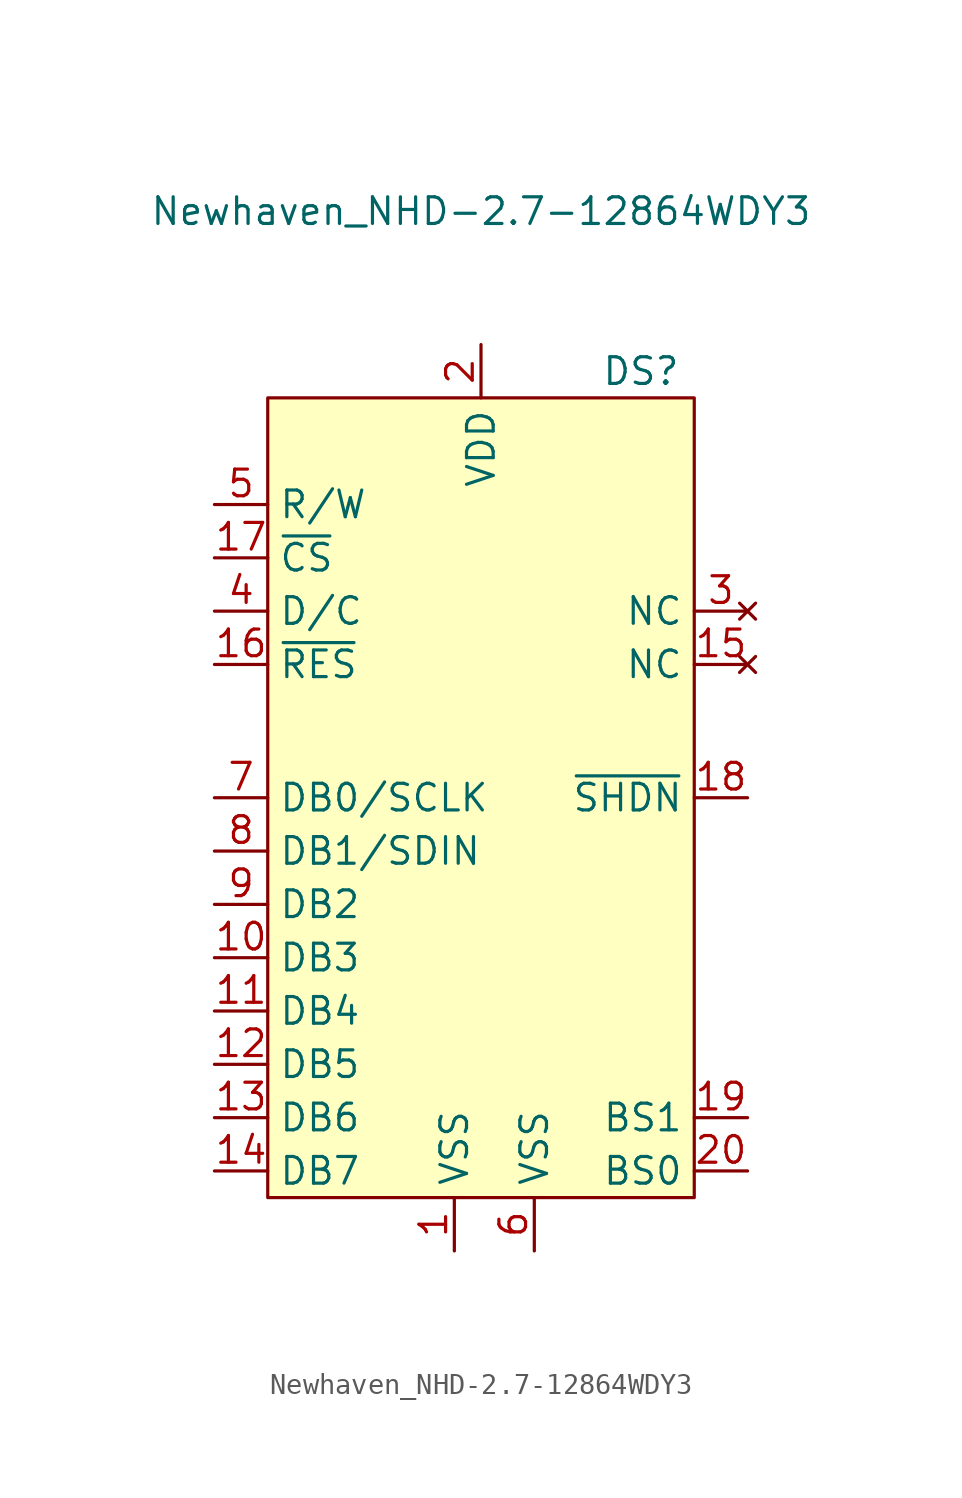
<source format=kicad_sym>
(kicad_symbol_lib
  (version 20211014)
  (generator kicad_symbol_editor)
  (symbol "Newhaven_NHD-2.7-12864WDY3"
    (property "Reference" "DS"
      (at 7.62 20.32 0)
      (effects (font (size 1.27 1.27))))
    (property "Value" "Newhaven_NHD-2.7-12864WDY3"
      (at 0 27.94 0)
      (effects (font (size 1.27 1.27))))
    (symbol "Newhaven_NHD-2.7-12864WDY3_0_0"
      (pin input line (at -12.7 -7.62 0) (length 2.54) (name "DB3" (effects (font (size 1.27 1.27)))) (number "10" (effects (font (size 1.27 1.27)))))
      (pin input line (at -12.7 -10.16 0) (length 2.54) (name "DB4" (effects (font (size 1.27 1.27)))) (number "11" (effects (font (size 1.27 1.27)))))
      (pin input line (at -12.7 -12.7 0) (length 2.54) (name "DB5" (effects (font (size 1.27 1.27)))) (number "12" (effects (font (size 1.27 1.27)))))
      (pin input line (at -12.7 -15.24 0) (length 2.54) (name "DB6" (effects (font (size 1.27 1.27)))) (number "13" (effects (font (size 1.27 1.27)))))
      (pin input line (at -12.7 -17.78 0) (length 2.54) (name "DB7" (effects (font (size 1.27 1.27)))) (number "14" (effects (font (size 1.27 1.27)))))
      (pin no_connect line (at 12.7 6.35 180) (length 2.54) (name "NC" (effects (font (size 1.27 1.27)))) (number "15" (effects (font (size 1.27 1.27)))))
      (pin input line (at -12.7 6.35 0) (length 2.54) (name "~{RES}" (effects (font (size 1.27 1.27)))) (number "16" (effects (font (size 1.27 1.27)))))
      (pin input line (at -12.7 11.43 0) (length 2.54) (name "~{CS}" (effects (font (size 1.27 1.27)))) (number "17" (effects (font (size 1.27 1.27)))))
      (pin input line (at 12.7 0 180) (length 2.54) (name "~{SHDN}" (effects (font (size 1.27 1.27)))) (number "18" (effects (font (size 1.27 1.27)))))
      (pin input line (at 12.7 -15.24 180) (length 2.54) (name "BS1" (effects (font (size 1.27 1.27)))) (number "19" (effects (font (size 1.27 1.27)))))
      (pin power_in line (at 0 21.59 270) (length 2.54) (name "VDD" (effects (font (size 1.27 1.27)))) (number "2" (effects (font (size 1.27 1.27)))))
      (pin input line (at 12.7 -17.78 180) (length 2.54) (name "BS0" (effects (font (size 1.27 1.27)))) (number "20" (effects (font (size 1.27 1.27)))))
      (pin no_connect line (at 12.7 8.89 180) (length 2.54) (name "NC" (effects (font (size 1.27 1.27)))) (number "3" (effects (font (size 1.27 1.27)))))
      (pin input line (at -12.7 8.89 0) (length 2.54) (name "D/C" (effects (font (size 1.27 1.27)))) (number "4" (effects (font (size 1.27 1.27)))))
      (pin input line (at -12.7 13.97 0) (length 2.54) (name "R/W" (effects (font (size 1.27 1.27)))) (number "5" (effects (font (size 1.27 1.27)))))
      (pin power_in line (at 2.54 -21.59 90) (length 2.54) (name "VSS" (effects (font (size 1.27 1.27)))) (number "6" (effects (font (size 1.27 1.27)))))
      (pin input line (at -12.7 0 0) (length 2.54) (name "DB0/SCLK" (effects (font (size 1.27 1.27)))) (number "7" (effects (font (size 1.27 1.27)))))
      (pin input line (at -12.7 -2.54 0) (length 2.54) (name "DB1/SDIN" (effects (font (size 1.27 1.27)))) (number "8" (effects (font (size 1.27 1.27)))))
      (pin input line (at -12.7 -5.08 0) (length 2.54) (name "DB2" (effects (font (size 1.27 1.27)))) (number "9" (effects (font (size 1.27 1.27))))))
    (symbol "Newhaven_NHD-2.7-12864WDY3_0_1"
      (rectangle (start -10.16 19.05) (end 10.16 -19.05) (stroke (width 0) (type default) (color 0 0 0 0)) (fill (type background))))
    (symbol "Newhaven_NHD-2.7-12864WDY3_1_1"
      (pin power_in line (at -1.27 -21.59 90) (length 2.54) (name "VSS" (effects (font (size 1.27 1.27)))) (number "1" (effects (font (size 1.27 1.27))))))))
</source>
